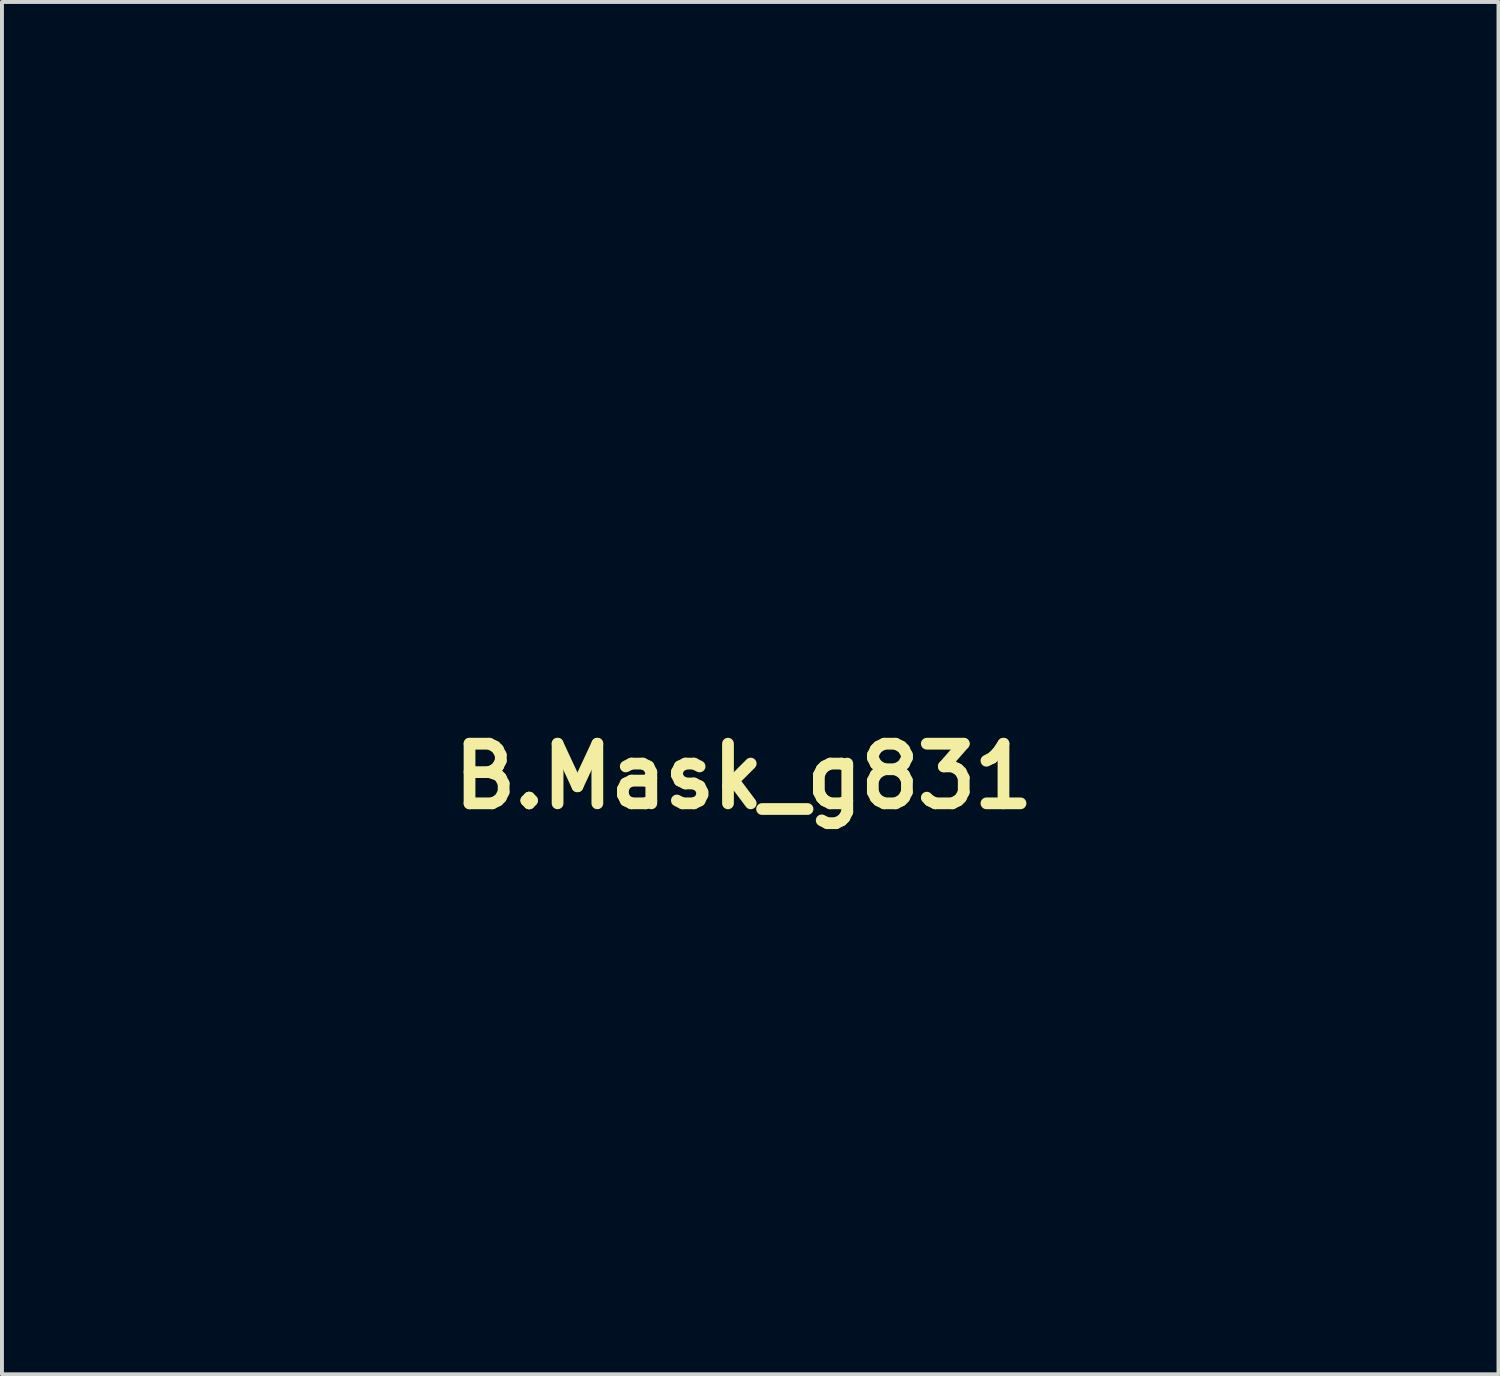
<source format=kicad_pcb>
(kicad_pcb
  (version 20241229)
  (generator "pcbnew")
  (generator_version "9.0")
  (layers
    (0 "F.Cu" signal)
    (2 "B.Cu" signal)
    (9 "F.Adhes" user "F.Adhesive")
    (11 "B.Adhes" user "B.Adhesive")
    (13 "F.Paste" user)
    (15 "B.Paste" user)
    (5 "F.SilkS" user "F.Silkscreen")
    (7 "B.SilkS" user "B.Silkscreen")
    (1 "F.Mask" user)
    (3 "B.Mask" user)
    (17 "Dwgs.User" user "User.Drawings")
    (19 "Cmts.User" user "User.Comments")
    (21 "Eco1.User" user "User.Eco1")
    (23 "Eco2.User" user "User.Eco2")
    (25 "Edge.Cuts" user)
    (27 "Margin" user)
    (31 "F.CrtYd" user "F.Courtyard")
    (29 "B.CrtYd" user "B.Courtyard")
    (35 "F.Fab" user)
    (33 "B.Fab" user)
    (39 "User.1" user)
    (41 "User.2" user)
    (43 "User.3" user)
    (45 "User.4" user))
  (footprint "B.Mask_g831"
    (layer "F.Cu")
    (at 15.951 16.788)
    (property "Reference" "B.Mask_g831" (at 0 0 0) (layer "F.SilkS") (effects (font (size 1.524 1.524) (thickness 0.3))))
    (attr through_hole)
    (fp_poly (pts (xy 0.4 -16.76) (xy 0.507 -16.694) (xy 0.673 -16.59) (xy 0.891 -16.45) (xy 1.156 -16.28) (xy 1.461 -16.083) (xy 1.801 -15.863) (xy 2.169 -15.624) (xy 2.56 -15.369) (xy 2.967 -15.104) (xy 3.385 -14.831) (xy 3.807 -14.555) (xy 4.227 -14.279) (xy 4.64 -14.008) (xy 5.039 -13.746) (xy 5.418 -13.496) (xy 5.772 -13.262) (xy 6.094 -13.049) (xy 6.378 -12.86) (xy 6.619 -12.699) (xy 6.809 -12.571) (xy 6.944 -12.478) (xy 7.017 -12.426) (xy 7.026 -12.418) (xy 7.016 -12.376) (xy 6.981 -12.259) (xy 6.922 -12.073) (xy 6.842 -11.823) (xy 6.742 -11.514) (xy 6.624 -11.153) (xy 6.49 -10.744) (xy 6.342 -10.293) (xy 6.181 -9.805) (xy 6.009 -9.287) (xy 5.828 -8.742) (xy 5.735 -8.464) (xy 4.424 -4.53) (xy 3.387 -4.536) (xy 3.167 -4.538) (xy 2.872 -4.542) (xy 2.513 -4.547) (xy 2.099 -4.553) (xy 1.64 -4.561) (xy 1.146 -4.569) (xy 0.627 -4.578) (xy 0.093 -4.588) (xy -0.445 -4.599) (xy -0.741 -4.605) (xy -1.244 -4.615) (xy -1.722 -4.625) (xy -2.169 -4.634) (xy -2.576 -4.643) (xy -2.939 -4.651) (xy -3.249 -4.658) (xy -3.501 -4.664) (xy -3.688 -4.669) (xy -3.803 -4.672) (xy -3.84 -4.674) (xy -3.854 -4.715) (xy -3.892 -4.83) (xy -3.95 -5.013) (xy -4.028 -5.257) (xy -4.122 -5.555) (xy -4.231 -5.901) (xy -4.353 -6.289) (xy -4.486 -6.711) (xy -4.628 -7.161) (xy -4.776 -7.633) (xy -4.929 -8.119) (xy -5.084 -8.614) (xy -5.24 -9.111) (xy -5.394 -9.603) (xy -5.544 -10.083) (xy -5.689 -10.546) (xy -5.826 -10.983) (xy -5.952 -11.39) (xy -6.067 -11.758) (xy -6.168 -12.082) (xy -6.253 -12.355) (xy -6.319 -12.571) (xy -6.365 -12.722) (xy -6.389 -12.803) (xy -6.392 -12.815) (xy -6.357 -12.843) (xy -6.254 -12.91) (xy -6.091 -13.012) (xy -5.873 -13.145) (xy -5.606 -13.306) (xy -5.298 -13.491) (xy -4.954 -13.697) (xy -4.58 -13.92) (xy -4.182 -14.155) (xy -3.768 -14.4) (xy -3.342 -14.651) (xy -2.912 -14.904) (xy -2.483 -15.156) (xy -2.062 -15.402) (xy -1.655 -15.639) (xy -1.268 -15.864) (xy -0.908 -16.073) (xy -0.58 -16.262) (xy -0.292 -16.427) (xy -0.048 -16.565) (xy 0.144 -16.673) (xy 0.279 -16.746) (xy 0.35 -16.78) (xy 0.358 -16.783) (xy 0.4 -16.76)) (stroke (width 0.01) (type solid)) (fill yes) (layer "B.Mask"))
    (fp_poly (pts (xy -5.84 -1.538) (xy -5.816 -1.499) (xy -5.753 -1.392) (xy -5.655 -1.223) (xy -5.525 -1) (xy -5.367 -0.727) (xy -5.184 -0.41) (xy -4.979 -0.056) (xy -4.757 0.329) (xy -4.52 0.74) (xy -4.272 1.17) (xy -4.016 1.613) (xy -3.756 2.064) (xy -3.496 2.516) (xy -3.238 2.964) (xy -2.987 3.401) (xy -2.745 3.822) (xy -2.517 4.22) (xy -2.305 4.589) (xy -2.113 4.923) (xy -1.944 5.217) (xy -1.803 5.465) (xy -1.692 5.659) (xy -1.615 5.795) (xy -1.575 5.867) (xy -1.574 5.869) (xy -1.569 5.888) (xy -1.574 5.913) (xy -1.593 5.949) (xy -1.629 5.999) (xy -1.685 6.067) (xy -1.766 6.157) (xy -1.874 6.271) (xy -2.013 6.414) (xy -2.187 6.589) (xy -2.399 6.8) (xy -2.653 7.05) (xy -2.953 7.344) (xy -3.301 7.684) (xy -3.702 8.074) (xy -4.158 8.519) (xy -4.351 8.706) (xy -4.769 9.113) (xy -5.178 9.51) (xy -5.57 9.891) (xy -5.942 10.253) (xy -6.289 10.589) (xy -6.605 10.896) (xy -6.886 11.169) (xy -7.126 11.402) (xy -7.321 11.591) (xy -7.466 11.73) (xy -7.554 11.816) (xy -7.557 11.818) (xy -7.938 12.184) (xy -11.938 10.385) (xy -12.487 10.138) (xy -13.014 9.901) (xy -13.513 9.676) (xy -13.981 9.465) (xy -14.41 9.272) (xy -14.798 9.097) (xy -15.138 8.944) (xy -15.425 8.814) (xy -15.654 8.711) (xy -15.821 8.636) (xy -15.919 8.591) (xy -15.946 8.578) (xy -15.941 8.536) (xy -15.923 8.418) (xy -15.894 8.23) (xy -15.854 7.979) (xy -15.806 7.672) (xy -15.749 7.316) (xy -15.685 6.918) (xy -15.615 6.485) (xy -15.541 6.024) (xy -15.463 5.541) (xy -15.383 5.044) (xy -15.301 4.54) (xy -15.219 4.035) (xy -15.138 3.537) (xy -15.059 3.052) (xy -14.983 2.587) (xy -14.911 2.15) (xy -14.845 1.747) (xy -14.786 1.384) (xy -14.733 1.07) (xy -14.69 0.81) (xy -14.657 0.613) (xy -14.634 0.483) (xy -14.624 0.43) (xy -14.624 0.429) (xy -14.579 0.415) (xy -14.458 0.384) (xy -14.267 0.338) (xy -14.014 0.278) (xy -13.705 0.206) (xy -13.346 0.123) (xy -12.944 0.031) (xy -12.506 -0.069) (xy -12.038 -0.175) (xy -11.547 -0.286) (xy -11.038 -0.4) (xy -10.52 -0.517) (xy -9.998 -0.634) (xy -9.479 -0.75) (xy -8.969 -0.863) (xy -8.476 -0.973) (xy -8.005 -1.077) (xy -7.563 -1.174) (xy -7.157 -1.263) (xy -6.794 -1.342) (xy -6.479 -1.41) (xy -6.22 -1.465) (xy -6.023 -1.505) (xy -5.894 -1.53) (xy -5.841 -1.538) (xy -5.84 -1.538)) (stroke (width 0.01) (type solid)) (fill yes) (layer "B.Mask"))
    (fp_poly (pts (xy 6.537 -1.505) (xy 6.654 -1.476) (xy 6.84 -1.429) (xy 7.087 -1.366) (xy 7.39 -1.287) (xy 7.742 -1.196) (xy 8.136 -1.093) (xy 8.566 -0.98) (xy 9.024 -0.859) (xy 9.505 -0.733) (xy 10.002 -0.601) (xy 10.508 -0.468) (xy 11.016 -0.333) (xy 11.52 -0.199) (xy 12.013 -0.068) (xy 12.49 0.059) (xy 12.942 0.18) (xy 13.364 0.293) (xy 13.748 0.396) (xy 14.089 0.488) (xy 14.38 0.567) (xy 14.613 0.631) (xy 14.784 0.678) (xy 14.884 0.707) (xy 14.909 0.716) (xy 14.919 0.76) (xy 14.943 0.881) (xy 14.977 1.072) (xy 15.021 1.325) (xy 15.075 1.635) (xy 15.136 1.993) (xy 15.204 2.394) (xy 15.277 2.831) (xy 15.355 3.296) (xy 15.436 3.783) (xy 15.52 4.284) (xy 15.604 4.794) (xy 15.688 5.305) (xy 15.771 5.81) (xy 15.852 6.303) (xy 15.929 6.776) (xy 16.002 7.223) (xy 16.068 7.636) (xy 16.128 8.01) (xy 16.18 8.337) (xy 16.222 8.61) (xy 16.255 8.823) (xy 16.276 8.969) (xy 16.284 9.04) (xy 16.284 9.046) (xy 16.242 9.065) (xy 16.129 9.115) (xy 15.951 9.191) (xy 15.714 9.293) (xy 15.424 9.416) (xy 15.089 9.558) (xy 14.715 9.716) (xy 14.308 9.888) (xy 13.875 10.071) (xy 13.422 10.262) (xy 12.955 10.458) (xy 12.481 10.657) (xy 12.007 10.857) (xy 11.539 11.053) (xy 11.083 11.244) (xy 10.646 11.427) (xy 10.235 11.6) (xy 9.855 11.758) (xy 9.513 11.901) (xy 9.217 12.024) (xy 8.971 12.126) (xy 8.783 12.203) (xy 8.659 12.254) (xy 8.606 12.274) (xy 8.605 12.274) (xy 8.571 12.245) (xy 8.481 12.159) (xy 8.339 12.022) (xy 8.149 11.836) (xy 7.914 11.607) (xy 7.639 11.336) (xy 7.328 11.029) (xy 6.984 10.69) (xy 6.611 10.321) (xy 6.214 9.928) (xy 5.796 9.513) (xy 5.361 9.082) (xy 5.341 9.061) (xy 4.828 8.552) (xy 4.372 8.098) (xy 3.97 7.697) (xy 3.618 7.346) (xy 3.313 7.041) (xy 3.053 6.778) (xy 2.833 6.555) (xy 2.651 6.368) (xy 2.503 6.214) (xy 2.386 6.089) (xy 2.297 5.99) (xy 2.232 5.914) (xy 2.189 5.857) (xy 2.163 5.815) (xy 2.153 5.787) (xy 2.154 5.767) (xy 2.156 5.764) (xy 2.184 5.714) (xy 2.252 5.599) (xy 2.356 5.424) (xy 2.492 5.195) (xy 2.656 4.919) (xy 2.846 4.6) (xy 3.057 4.245) (xy 3.286 3.861) (xy 3.529 3.452) (xy 3.783 3.025) (xy 4.045 2.586) (xy 4.31 2.141) (xy 4.576 1.696) (xy 4.838 1.256) (xy 5.093 0.829) (xy 5.338 0.419) (xy 5.569 0.032) (xy 5.782 -0.325) (xy 5.974 -0.646) (xy 6.141 -0.926) (xy 6.28 -1.158) (xy 6.388 -1.337) (xy 6.46 -1.457) (xy 6.493 -1.511) (xy 6.495 -1.513) (xy 6.537 -1.505)) (stroke (width 0.01) (type solid)) (fill yes) (layer "B.Mask")))
  (gr_rect
    (start -3 -3)
    (end 35.24 32.067)
    (stroke (width 0.1) (type default))
    (fill no)
    (layer "Edge.Cuts")))
</source>
